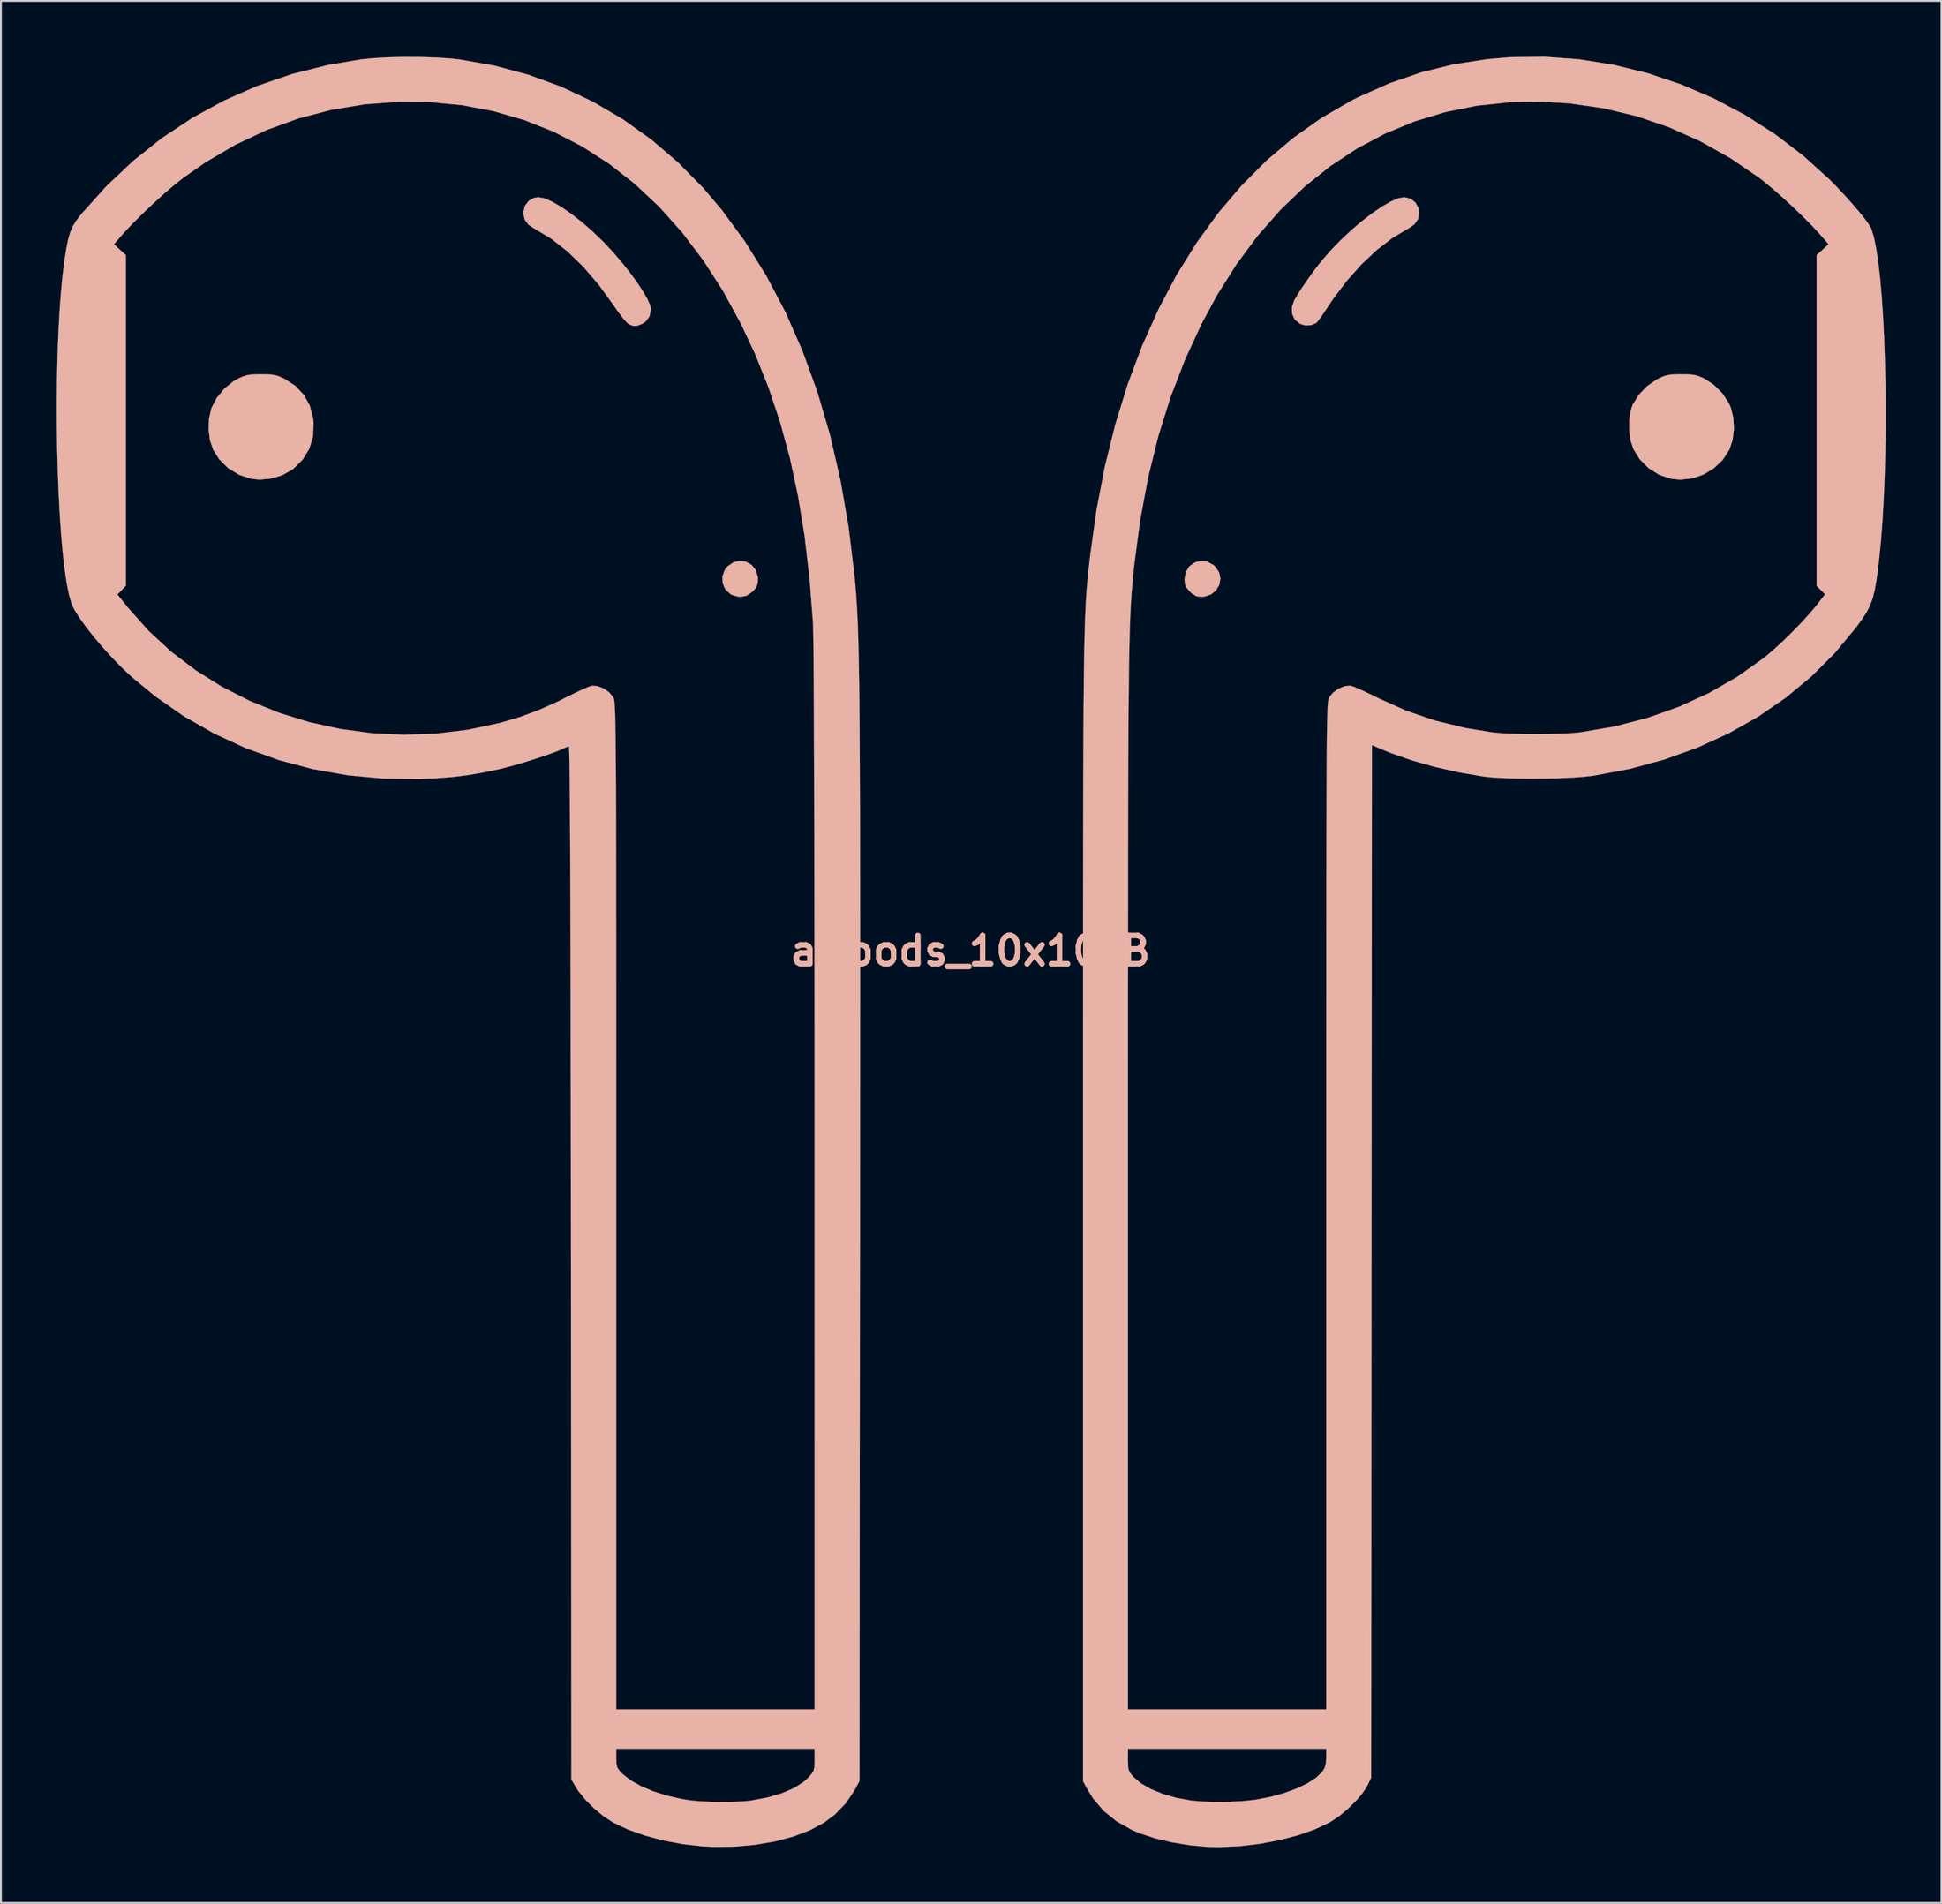
<source format=kicad_pcb>
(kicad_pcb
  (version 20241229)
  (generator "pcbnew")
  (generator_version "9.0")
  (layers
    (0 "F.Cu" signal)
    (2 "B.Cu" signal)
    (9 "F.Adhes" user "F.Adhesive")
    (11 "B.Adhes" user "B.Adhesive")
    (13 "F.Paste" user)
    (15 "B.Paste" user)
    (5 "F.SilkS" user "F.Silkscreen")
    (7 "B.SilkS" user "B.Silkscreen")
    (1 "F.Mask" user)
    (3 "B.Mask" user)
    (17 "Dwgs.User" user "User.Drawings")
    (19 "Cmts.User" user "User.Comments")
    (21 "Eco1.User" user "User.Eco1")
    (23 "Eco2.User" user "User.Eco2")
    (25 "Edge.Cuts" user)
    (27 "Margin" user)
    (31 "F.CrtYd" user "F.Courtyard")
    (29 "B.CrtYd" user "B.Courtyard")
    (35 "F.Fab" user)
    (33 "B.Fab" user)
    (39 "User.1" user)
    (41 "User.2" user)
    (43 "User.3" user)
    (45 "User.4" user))
  (footprint "airpods_10x10_B"
    (layer "F.Cu")
    (at 49.143 48.116)
    (property "Reference" "airpods_10x10_B" (at 0 0 0) (layer "B.SilkS") (effects (font (size 1.524 1.524) (thickness 0.3))))
    (attr through_hole)
    (fp_poly (pts (xy -12.06 -20.936) (xy -11.764 -20.765) (xy -11.545 -20.491) (xy -11.436 -20.128) (xy -11.43 -20.009) (xy -11.452 -19.739) (xy -11.543 -19.537) (xy -11.718 -19.338) (xy -12.049 -19.111) (xy -12.416 -19.046) (xy -12.8 -19.146) (xy -12.924 -19.213) (xy -13.186 -19.462) (xy -13.325 -19.788) (xy -13.339 -20.146) (xy -13.221 -20.491) (xy -13.069 -20.689) (xy -12.746 -20.912) (xy -12.398 -20.99) (xy -12.06 -20.936)) (stroke (width 0.01) (type solid)) (fill yes) (layer "B.SilkS"))
    (fp_poly (pts (xy 12.732 -20.948) (xy 13.067 -20.767) (xy 13.157 -20.686) (xy 13.373 -20.37) (xy 13.443 -20.03) (xy 13.384 -19.698) (xy 13.208 -19.404) (xy 12.932 -19.182) (xy 12.569 -19.062) (xy 12.399 -19.05) (xy 12.152 -19.087) (xy 11.93 -19.22) (xy 11.803 -19.338) (xy 11.616 -19.553) (xy 11.533 -19.758) (xy 11.515 -20.009) (xy 11.586 -20.396) (xy 11.777 -20.697) (xy 12.054 -20.899) (xy 12.383 -20.987) (xy 12.732 -20.948)) (stroke (width 0.01) (type solid)) (fill yes) (layer "B.SilkS"))
    (fp_poly (pts (xy -37.75 -31.023) (xy -37.467 -30.995) (xy -37.232 -30.934) (xy -36.985 -30.829) (xy -36.89 -30.782) (xy -36.3 -30.398) (xy -35.845 -29.912) (xy -35.529 -29.331) (xy -35.355 -28.66) (xy -35.326 -28.363) (xy -35.364 -27.661) (xy -35.559 -27.019) (xy -35.906 -26.448) (xy -36.398 -25.959) (xy -36.483 -25.894) (xy -37.013 -25.598) (xy -37.616 -25.414) (xy -38.236 -25.357) (xy -38.67 -25.402) (xy -39.333 -25.619) (xy -39.917 -25.973) (xy -40.399 -26.449) (xy -40.728 -26.969) (xy -40.899 -27.474) (xy -40.974 -28.055) (xy -40.949 -28.65) (xy -40.824 -29.194) (xy -40.812 -29.227) (xy -40.529 -29.767) (xy -40.121 -30.259) (xy -39.631 -30.655) (xy -39.387 -30.793) (xy -39.122 -30.912) (xy -38.884 -30.984) (xy -38.612 -31.019) (xy -38.245 -31.03) (xy -38.142 -31.03) (xy -37.75 -31.023)) (stroke (width 0.01) (type solid)) (fill yes) (layer "B.SilkS"))
    (fp_poly (pts (xy 38.624 -31.023) (xy 38.912 -30.994) (xy 39.153 -30.932) (xy 39.406 -30.825) (xy 39.472 -30.793) (xy 39.985 -30.458) (xy 40.437 -30.005) (xy 40.784 -29.481) (xy 40.897 -29.227) (xy 41.029 -28.687) (xy 41.06 -28.092) (xy 40.991 -27.505) (xy 40.824 -26.991) (xy 40.812 -26.966) (xy 40.457 -26.421) (xy 39.986 -25.973) (xy 39.429 -25.635) (xy 38.815 -25.424) (xy 38.175 -25.354) (xy 37.688 -25.404) (xy 37.045 -25.618) (xy 36.472 -25.976) (xy 35.994 -26.457) (xy 35.653 -27.009) (xy 35.501 -27.473) (xy 35.427 -28.018) (xy 35.431 -28.581) (xy 35.515 -29.099) (xy 35.617 -29.394) (xy 35.941 -29.919) (xy 36.389 -30.387) (xy 36.915 -30.75) (xy 36.975 -30.782) (xy 37.239 -30.905) (xy 37.471 -30.979) (xy 37.732 -31.017) (xy 38.081 -31.029) (xy 38.227 -31.03) (xy 38.624 -31.023)) (stroke (width 0.01) (type solid)) (fill yes) (layer "B.SilkS"))
    (fp_poly (pts (xy 23.661 -40.478) (xy 23.931 -40.271) (xy 24.096 -39.97) (xy 24.13 -39.734) (xy 24.074 -39.385) (xy 23.893 -39.11) (xy 23.567 -38.88) (xy 23.511 -38.85) (xy 22.69 -38.361) (xy 21.861 -37.723) (xy 21.045 -36.957) (xy 20.261 -36.082) (xy 19.529 -35.116) (xy 19.257 -34.712) (xy 19.035 -34.378) (xy 18.836 -34.092) (xy 18.684 -33.887) (xy 18.609 -33.802) (xy 18.335 -33.674) (xy 18.005 -33.66) (xy 17.728 -33.743) (xy 17.447 -33.97) (xy 17.3 -34.28) (xy 17.292 -34.644) (xy 17.411 -34.993) (xy 17.591 -35.305) (xy 17.849 -35.706) (xy 18.156 -36.154) (xy 18.483 -36.607) (xy 18.801 -37.023) (xy 18.885 -37.126) (xy 19.376 -37.692) (xy 19.913 -38.247) (xy 20.477 -38.776) (xy 21.049 -39.263) (xy 21.608 -39.694) (xy 22.136 -40.053) (xy 22.612 -40.327) (xy 23.019 -40.499) (xy 23.321 -40.555) (xy 23.661 -40.478)) (stroke (width 0.01) (type solid)) (fill yes) (layer "B.SilkS"))
    (fp_poly (pts (xy -22.912 -40.493) (xy -22.499 -40.315) (xy -22.014 -40.035) (xy -21.478 -39.666) (xy -20.909 -39.222) (xy -20.327 -38.715) (xy -19.751 -38.16) (xy -19.68 -38.087) (xy -19.2 -37.571) (xy -18.739 -37.033) (xy -18.312 -36.494) (xy -17.933 -35.974) (xy -17.616 -35.495) (xy -17.377 -35.076) (xy -17.23 -34.74) (xy -17.187 -34.532) (xy -17.259 -34.154) (xy -17.467 -33.867) (xy -17.656 -33.744) (xy -17.92 -33.639) (xy -18.123 -33.628) (xy -18.344 -33.708) (xy -18.373 -33.722) (xy -18.499 -33.832) (xy -18.691 -34.053) (xy -18.922 -34.355) (xy -19.169 -34.707) (xy -19.189 -34.737) (xy -19.979 -35.83) (xy -20.808 -36.798) (xy -21.663 -37.63) (xy -22.534 -38.315) (xy -23.41 -38.842) (xy -23.426 -38.85) (xy -23.774 -39.077) (xy -23.973 -39.345) (xy -24.044 -39.682) (xy -24.045 -39.734) (xy -23.969 -40.079) (xy -23.765 -40.353) (xy -23.467 -40.521) (xy -23.235 -40.555) (xy -22.912 -40.493)) (stroke (width 0.01) (type solid)) (fill yes) (layer "B.SilkS"))
    (fp_poly (pts (xy -29.604 -48.097) (xy -28.755 -48.071) (xy -27.985 -48.021) (xy -27.474 -47.966) (xy -25.584 -47.631) (xy -23.757 -47.139) (xy -21.999 -46.494) (xy -20.312 -45.697) (xy -18.701 -44.752) (xy -17.172 -43.66) (xy -15.727 -42.425) (xy -14.372 -41.048) (xy -13.387 -39.887) (xy -12.125 -38.166) (xy -10.978 -36.322) (xy -9.946 -34.358) (xy -9.032 -32.275) (xy -8.234 -30.078) (xy -7.555 -27.767) (xy -6.996 -25.345) (xy -6.556 -22.816) (xy -6.237 -20.18) (xy -6.226 -20.066) (xy -6.199 -19.77) (xy -6.174 -19.473) (xy -6.15 -19.17) (xy -6.128 -18.855) (xy -6.107 -18.522) (xy -6.088 -18.165) (xy -6.07 -17.78) (xy -6.053 -17.361) (xy -6.038 -16.901) (xy -6.024 -16.396) (xy -6.011 -15.84) (xy -5.999 -15.227) (xy -5.989 -14.553) (xy -5.979 -13.81) (xy -5.971 -12.993) (xy -5.964 -12.098) (xy -5.957 -11.119) (xy -5.952 -10.049) (xy -5.947 -8.883) (xy -5.943 -7.616) (xy -5.94 -6.243) (xy -5.938 -4.757) (xy -5.936 -3.153) (xy -5.935 -1.425) (xy -5.935 0.432) (xy -5.935 2.423) (xy -5.936 4.555) (xy -5.937 6.833) (xy -5.939 9.262) (xy -5.941 11.848) (xy -5.943 14.597) (xy -5.943 15.198) (xy -5.969 44.662) (xy -6.255 45.189) (xy -6.706 45.856) (xy -7.29 46.459) (xy -7.87 46.896) (xy -8.627 47.305) (xy -9.515 47.644) (xy -10.507 47.908) (xy -11.577 48.093) (xy -12.7 48.194) (xy -13.85 48.205) (xy -14.436 48.174) (xy -15.483 48.055) (xy -16.522 47.858) (xy -17.515 47.592) (xy -18.422 47.27) (xy -19.204 46.9) (xy -19.219 46.892) (xy -19.721 46.564) (xy -20.228 46.147) (xy -20.694 45.684) (xy -21.073 45.219) (xy -21.216 45) (xy -21.463 44.577) (xy -21.464 42.926) (xy -19.05 42.926) (xy -19.05 43.434) (xy -19.042 43.728) (xy -18.998 43.924) (xy -18.889 44.092) (xy -18.704 44.288) (xy -18.284 44.622) (xy -17.726 44.935) (xy -17.061 45.216) (xy -16.32 45.451) (xy -15.533 45.63) (xy -15.028 45.709) (xy -14.542 45.753) (xy -13.962 45.78) (xy -13.342 45.79) (xy -12.736 45.781) (xy -12.196 45.756) (xy -11.811 45.717) (xy -10.917 45.549) (xy -10.132 45.318) (xy -9.471 45.032) (xy -8.95 44.695) (xy -8.719 44.481) (xy -8.542 44.279) (xy -8.441 44.117) (xy -8.395 43.932) (xy -8.382 43.663) (xy -8.382 43.521) (xy -8.382 42.926) (xy -19.05 42.926) (xy -21.464 42.926) (xy -21.485 16.785) (xy -21.487 13.9) (xy -21.49 11.182) (xy -21.493 8.63) (xy -21.497 6.242) (xy -21.5 4.017) (xy -21.504 1.953) (xy -21.509 0.048) (xy -21.514 -1.699) (xy -21.519 -3.29) (xy -21.524 -4.727) (xy -21.53 -6.012) (xy -21.536 -7.145) (xy -21.543 -8.13) (xy -21.55 -8.966) (xy -21.557 -9.657) (xy -21.565 -10.204) (xy -21.573 -10.608) (xy -21.582 -10.871) (xy -21.591 -10.996) (xy -21.595 -11.007) (xy -21.727 -10.97) (xy -21.921 -10.883) (xy -21.923 -10.883) (xy -22.187 -10.766) (xy -22.579 -10.618) (xy -23.059 -10.451) (xy -23.593 -10.277) (xy -24.142 -10.108) (xy -24.67 -9.956) (xy -25.139 -9.832) (xy -25.331 -9.787) (xy -26.218 -9.601) (xy -27.022 -9.463) (xy -27.806 -9.364) (xy -28.63 -9.298) (xy -29.559 -9.256) (xy -29.599 -9.255) (xy -31.562 -9.274) (xy -33.49 -9.453) (xy -35.374 -9.788) (xy -37.207 -10.276) (xy -38.979 -10.916) (xy -40.684 -11.704) (xy -42.312 -12.636) (xy -43.855 -13.711) (xy -45.117 -14.754) (xy -45.631 -15.238) (xy -46.153 -15.772) (xy -46.663 -16.333) (xy -47.141 -16.896) (xy -47.569 -17.439) (xy -47.925 -17.937) (xy -48.192 -18.367) (xy -48.336 -18.669) (xy -48.474 -19.132) (xy -48.599 -19.749) (xy -48.712 -20.501) (xy -48.813 -21.375) (xy -48.901 -22.353) (xy -48.975 -23.418) (xy -49.036 -24.556) (xy -49.083 -25.75) (xy -49.116 -26.984) (xy -49.134 -28.242) (xy -49.138 -29.507) (xy -49.126 -30.763) (xy -49.099 -31.994) (xy -49.055 -33.185) (xy -48.996 -34.319) (xy -48.92 -35.379) (xy -48.827 -36.35) (xy -48.717 -37.211) (xy -48.622 -37.815) (xy -48.579 -38.025) (xy -46.067 -38.025) (xy -45.745 -37.73) (xy -45.424 -37.436) (xy -45.424 -19.654) (xy -45.652 -19.415) (xy -45.879 -19.177) (xy -45.301 -18.457) (xy -44.203 -17.224) (xy -42.988 -16.102) (xy -41.666 -15.097) (xy -40.252 -14.212) (xy -38.756 -13.451) (xy -37.191 -12.817) (xy -35.57 -12.314) (xy -33.904 -11.946) (xy -32.205 -11.716) (xy -30.486 -11.629) (xy -28.759 -11.689) (xy -27.036 -11.898) (xy -25.329 -12.261) (xy -25.266 -12.278) (xy -24.222 -12.587) (xy -23.218 -12.96) (xy -22.191 -13.421) (xy -21.68 -13.676) (xy -21.273 -13.879) (xy -20.899 -14.055) (xy -20.594 -14.188) (xy -20.393 -14.262) (xy -20.362 -14.27) (xy -20.06 -14.252) (xy -19.729 -14.122) (xy -19.427 -13.909) (xy -19.212 -13.647) (xy -19.204 -13.633) (xy -19.19 -13.601) (xy -19.176 -13.558) (xy -19.164 -13.499) (xy -19.152 -13.418) (xy -19.141 -13.31) (xy -19.131 -13.169) (xy -19.122 -12.99) (xy -19.113 -12.768) (xy -19.105 -12.496) (xy -19.098 -12.169) (xy -19.091 -11.782) (xy -19.085 -11.329) (xy -19.08 -10.804) (xy -19.075 -10.203) (xy -19.071 -9.519) (xy -19.067 -8.748) (xy -19.064 -7.882) (xy -19.061 -6.918) (xy -19.059 -5.85) (xy -19.057 -4.672) (xy -19.055 -3.378) (xy -19.054 -1.963) (xy -19.053 -0.421) (xy -19.052 1.252) (xy -19.051 3.064) (xy -19.051 5.018) (xy -19.05 7.121) (xy -19.05 9.378) (xy -19.05 11.794) (xy -19.05 13.736) (xy -19.05 40.809) (xy -8.382 40.809) (xy -8.383 12.298) (xy -8.383 9.51) (xy -8.384 6.84) (xy -8.385 4.292) (xy -8.387 1.869) (xy -8.39 -0.428) (xy -8.392 -2.595) (xy -8.396 -4.629) (xy -8.399 -6.528) (xy -8.404 -8.288) (xy -8.408 -9.907) (xy -8.413 -11.382) (xy -8.419 -12.71) (xy -8.425 -13.889) (xy -8.431 -14.915) (xy -8.438 -15.786) (xy -8.445 -16.498) (xy -8.452 -17.05) (xy -8.46 -17.437) (xy -8.468 -17.653) (xy -8.653 -20.057) (xy -8.919 -22.325) (xy -9.269 -24.47) (xy -9.706 -26.507) (xy -10.234 -28.449) (xy -10.856 -30.311) (xy -11.575 -32.107) (xy -12.331 -33.721) (xy -13.307 -35.511) (xy -14.37 -37.164) (xy -15.518 -38.677) (xy -16.748 -40.049) (xy -18.055 -41.276) (xy -19.438 -42.359) (xy -20.893 -43.293) (xy -22.416 -44.078) (xy -24.006 -44.711) (xy -25.658 -45.19) (xy -27.37 -45.514) (xy -29.139 -45.68) (xy -30.734 -45.694) (xy -32.584 -45.556) (xy -34.392 -45.255) (xy -36.154 -44.791) (xy -37.869 -44.165) (xy -39.531 -43.38) (xy -41.139 -42.435) (xy -42.333 -41.603) (xy -42.806 -41.229) (xy -43.351 -40.762) (xy -43.931 -40.237) (xy -44.508 -39.69) (xy -45.045 -39.157) (xy -45.503 -38.672) (xy -45.649 -38.507) (xy -46.067 -38.025) (xy -48.579 -38.025) (xy -48.526 -38.286) (xy -48.418 -38.661) (xy -48.282 -38.977) (xy -48.106 -39.27) (xy -47.877 -39.575) (xy -47.804 -39.664) (xy -46.464 -41.156) (xy -45.023 -42.514) (xy -43.486 -43.735) (xy -41.859 -44.814) (xy -40.148 -45.751) (xy -38.357 -46.54) (xy -36.493 -47.18) (xy -34.561 -47.666) (xy -32.808 -47.966) (xy -32.135 -48.034) (xy -31.344 -48.079) (xy -30.484 -48.1) (xy -29.604 -48.097)) (stroke (width 0.01) (type solid)) (fill yes) (layer "B.SilkS"))
    (fp_poly (pts (xy 32.738 -47.974) (xy 34.602 -47.676) (xy 36.439 -47.223) (xy 38.236 -46.618) (xy 39.982 -45.867) (xy 41.666 -44.974) (xy 43.276 -43.942) (xy 44.799 -42.778) (xy 46.189 -41.519) (xy 46.596 -41.106) (xy 47.008 -40.667) (xy 47.404 -40.225) (xy 47.764 -39.805) (xy 48.069 -39.428) (xy 48.298 -39.12) (xy 48.431 -38.903) (xy 48.444 -38.873) (xy 48.582 -38.423) (xy 48.707 -37.821) (xy 48.82 -37.081) (xy 48.919 -36.219) (xy 49.005 -35.251) (xy 49.077 -34.192) (xy 49.135 -33.059) (xy 49.178 -31.866) (xy 49.207 -30.629) (xy 49.221 -29.365) (xy 49.219 -28.088) (xy 49.201 -26.815) (xy 49.168 -25.56) (xy 49.118 -24.341) (xy 49.051 -23.172) (xy 48.968 -22.068) (xy 48.867 -21.047) (xy 48.811 -20.574) (xy 48.72 -19.916) (xy 48.627 -19.39) (xy 48.517 -18.957) (xy 48.377 -18.581) (xy 48.191 -18.222) (xy 47.947 -17.845) (xy 47.631 -17.41) (xy 47.628 -17.406) (xy 46.488 -16.032) (xy 45.226 -14.771) (xy 43.848 -13.627) (xy 42.361 -12.604) (xy 40.771 -11.706) (xy 39.084 -10.936) (xy 37.307 -10.297) (xy 35.447 -9.794) (xy 33.51 -9.43) (xy 33.486 -9.427) (xy 32.975 -9.369) (xy 32.339 -9.324) (xy 31.615 -9.293) (xy 30.839 -9.275) (xy 30.051 -9.27) (xy 29.288 -9.28) (xy 28.588 -9.304) (xy 27.988 -9.342) (xy 27.601 -9.384) (xy 26.284 -9.608) (xy 24.982 -9.902) (xy 23.739 -10.255) (xy 22.601 -10.654) (xy 22.266 -10.79) (xy 21.591 -11.075) (xy 21.569 16.709) (xy 21.548 44.492) (xy 21.341 44.913) (xy 21.098 45.297) (xy 20.743 45.719) (xy 20.314 46.143) (xy 19.85 46.531) (xy 19.388 46.845) (xy 19.304 46.893) (xy 18.521 47.262) (xy 17.611 47.581) (xy 16.609 47.843) (xy 15.551 48.042) (xy 14.474 48.169) (xy 13.415 48.218) (xy 12.7 48.202) (xy 11.765 48.114) (xy 10.826 47.957) (xy 9.931 47.743) (xy 9.126 47.481) (xy 8.697 47.3) (xy 7.86 46.83) (xy 7.157 46.26) (xy 6.584 45.584) (xy 6.254 45.043) (xy 6.054 44.662) (xy 6.054 42.926) (xy 8.467 42.926) (xy 8.467 43.518) (xy 8.473 43.839) (xy 8.504 44.051) (xy 8.58 44.215) (xy 8.722 44.393) (xy 8.773 44.45) (xy 9.168 44.788) (xy 9.703 45.095) (xy 10.348 45.359) (xy 11.074 45.569) (xy 11.853 45.712) (xy 11.876 45.715) (xy 12.48 45.768) (xy 13.187 45.79) (xy 13.934 45.781) (xy 14.655 45.743) (xy 15.289 45.676) (xy 15.314 45.672) (xy 16.105 45.523) (xy 16.855 45.318) (xy 17.536 45.069) (xy 18.125 44.787) (xy 18.595 44.481) (xy 18.922 44.163) (xy 18.924 44.16) (xy 19.058 43.94) (xy 19.121 43.691) (xy 19.135 43.405) (xy 19.135 42.926) (xy 8.467 42.926) (xy 6.054 42.926) (xy 6.054 40.809) (xy 8.467 40.809) (xy 19.135 40.809) (xy 19.135 13.736) (xy 19.135 11.195) (xy 19.135 8.817) (xy 19.135 6.598) (xy 19.135 4.532) (xy 19.136 2.613) (xy 19.137 0.835) (xy 19.137 -0.806) (xy 19.139 -2.316) (xy 19.14 -3.701) (xy 19.142 -4.967) (xy 19.144 -6.118) (xy 19.147 -7.161) (xy 19.149 -8.101) (xy 19.153 -8.943) (xy 19.157 -9.692) (xy 19.161 -10.356) (xy 19.166 -10.938) (xy 19.171 -11.444) (xy 19.177 -11.881) (xy 19.184 -12.253) (xy 19.192 -12.566) (xy 19.2 -12.826) (xy 19.208 -13.038) (xy 19.218 -13.207) (xy 19.228 -13.339) (xy 19.239 -13.44) (xy 19.251 -13.515) (xy 19.264 -13.569) (xy 19.278 -13.609) (xy 19.289 -13.633) (xy 19.499 -13.896) (xy 19.798 -14.112) (xy 20.13 -14.248) (xy 20.436 -14.272) (xy 20.447 -14.27) (xy 20.607 -14.217) (xy 20.886 -14.1) (xy 21.251 -13.933) (xy 21.671 -13.732) (xy 21.945 -13.595) (xy 23.441 -12.923) (xy 24.996 -12.391) (xy 26.631 -11.993) (xy 28.067 -11.759) (xy 28.512 -11.718) (xy 29.084 -11.688) (xy 29.74 -11.671) (xy 30.439 -11.665) (xy 31.137 -11.671) (xy 31.794 -11.69) (xy 32.366 -11.72) (xy 32.808 -11.762) (xy 34.65 -12.078) (xy 36.423 -12.539) (xy 38.119 -13.141) (xy 39.729 -13.88) (xy 41.245 -14.753) (xy 42.658 -15.756) (xy 42.757 -15.834) (xy 43.199 -16.21) (xy 43.7 -16.672) (xy 44.222 -17.184) (xy 44.727 -17.707) (xy 45.178 -18.204) (xy 45.538 -18.636) (xy 45.569 -18.676) (xy 45.963 -19.192) (xy 45.508 -19.647) (xy 45.508 -37.436) (xy 45.83 -37.73) (xy 46.152 -38.025) (xy 45.734 -38.507) (xy 45.316 -38.964) (xy 44.805 -39.483) (xy 44.239 -40.029) (xy 43.655 -40.566) (xy 43.092 -41.059) (xy 42.587 -41.473) (xy 42.418 -41.603) (xy 40.854 -42.67) (xy 39.234 -43.578) (xy 37.56 -44.326) (xy 35.835 -44.914) (xy 34.062 -45.34) (xy 32.243 -45.603) (xy 30.819 -45.694) (xy 29.006 -45.668) (xy 27.246 -45.482) (xy 25.542 -45.138) (xy 23.897 -44.639) (xy 22.315 -43.987) (xy 20.799 -43.183) (xy 19.352 -42.23) (xy 17.978 -41.13) (xy 16.679 -39.885) (xy 15.459 -38.497) (xy 14.322 -36.969) (xy 13.27 -35.302) (xy 12.438 -33.763) (xy 11.538 -31.817) (xy 10.761 -29.799) (xy 10.102 -27.698) (xy 9.56 -25.502) (xy 9.129 -23.199) (xy 8.808 -20.777) (xy 8.765 -20.362) (xy 8.738 -20.089) (xy 8.713 -19.821) (xy 8.69 -19.551) (xy 8.668 -19.275) (xy 8.647 -18.985) (xy 8.628 -18.677) (xy 8.61 -18.344) (xy 8.594 -17.982) (xy 8.579 -17.583) (xy 8.565 -17.143) (xy 8.553 -16.655) (xy 8.541 -16.114) (xy 8.531 -15.514) (xy 8.521 -14.849) (xy 8.513 -14.114) (xy 8.506 -13.302) (xy 8.499 -12.409) (xy 8.493 -11.427) (xy 8.488 -10.352) (xy 8.484 -9.177) (xy 8.48 -7.897) (xy 8.477 -6.506) (xy 8.474 -4.998) (xy 8.472 -3.368) (xy 8.471 -1.61) (xy 8.469 0.283) (xy 8.468 2.315) (xy 8.468 4.493) (xy 8.467 6.823) (xy 8.467 9.309) (xy 8.467 11.959) (xy 8.467 12.255) (xy 8.467 40.809) (xy 6.054 40.809) (xy 6.054 13.97) (xy 6.054 11.211) (xy 6.054 8.616) (xy 6.054 6.179) (xy 6.054 3.895) (xy 6.055 1.758) (xy 6.055 -0.238) (xy 6.056 -2.097) (xy 6.058 -3.826) (xy 6.06 -5.431) (xy 6.062 -6.915) (xy 6.065 -8.287) (xy 6.069 -9.55) (xy 6.073 -10.71) (xy 6.078 -11.773) (xy 6.084 -12.744) (xy 6.091 -13.63) (xy 6.098 -14.435) (xy 6.107 -15.165) (xy 6.117 -15.826) (xy 6.127 -16.424) (xy 6.139 -16.963) (xy 6.153 -17.449) (xy 6.167 -17.888) (xy 6.183 -18.286) (xy 6.2 -18.647) (xy 6.219 -18.979) (xy 6.239 -19.285) (xy 6.261 -19.572) (xy 6.285 -19.845) (xy 6.31 -20.11) (xy 6.337 -20.373) (xy 6.366 -20.638) (xy 6.397 -20.912) (xy 6.43 -21.199) (xy 6.436 -21.258) (xy 6.777 -23.708) (xy 7.23 -26.069) (xy 7.793 -28.335) (xy 8.463 -30.503) (xy 9.238 -32.568) (xy 10.114 -34.525) (xy 11.089 -36.369) (xy 12.161 -38.097) (xy 13.326 -39.702) (xy 14.582 -41.18) (xy 15.926 -42.528) (xy 17.355 -43.739) (xy 18.867 -44.81) (xy 20.459 -45.735) (xy 20.828 -45.923) (xy 22.526 -46.679) (xy 24.243 -47.272) (xy 25.998 -47.705) (xy 27.809 -47.985) (xy 28.975 -48.084) (xy 30.859 -48.111) (xy 32.738 -47.974)) (stroke (width 0.01) (type solid)) (fill yes) (layer "B.SilkS")))
  (gr_rect
    (start -3 -3)
    (end 101.368 99.339)
    (stroke (width 0.1) (type default))
    (fill no)
    (layer "Edge.Cuts")))
</source>
